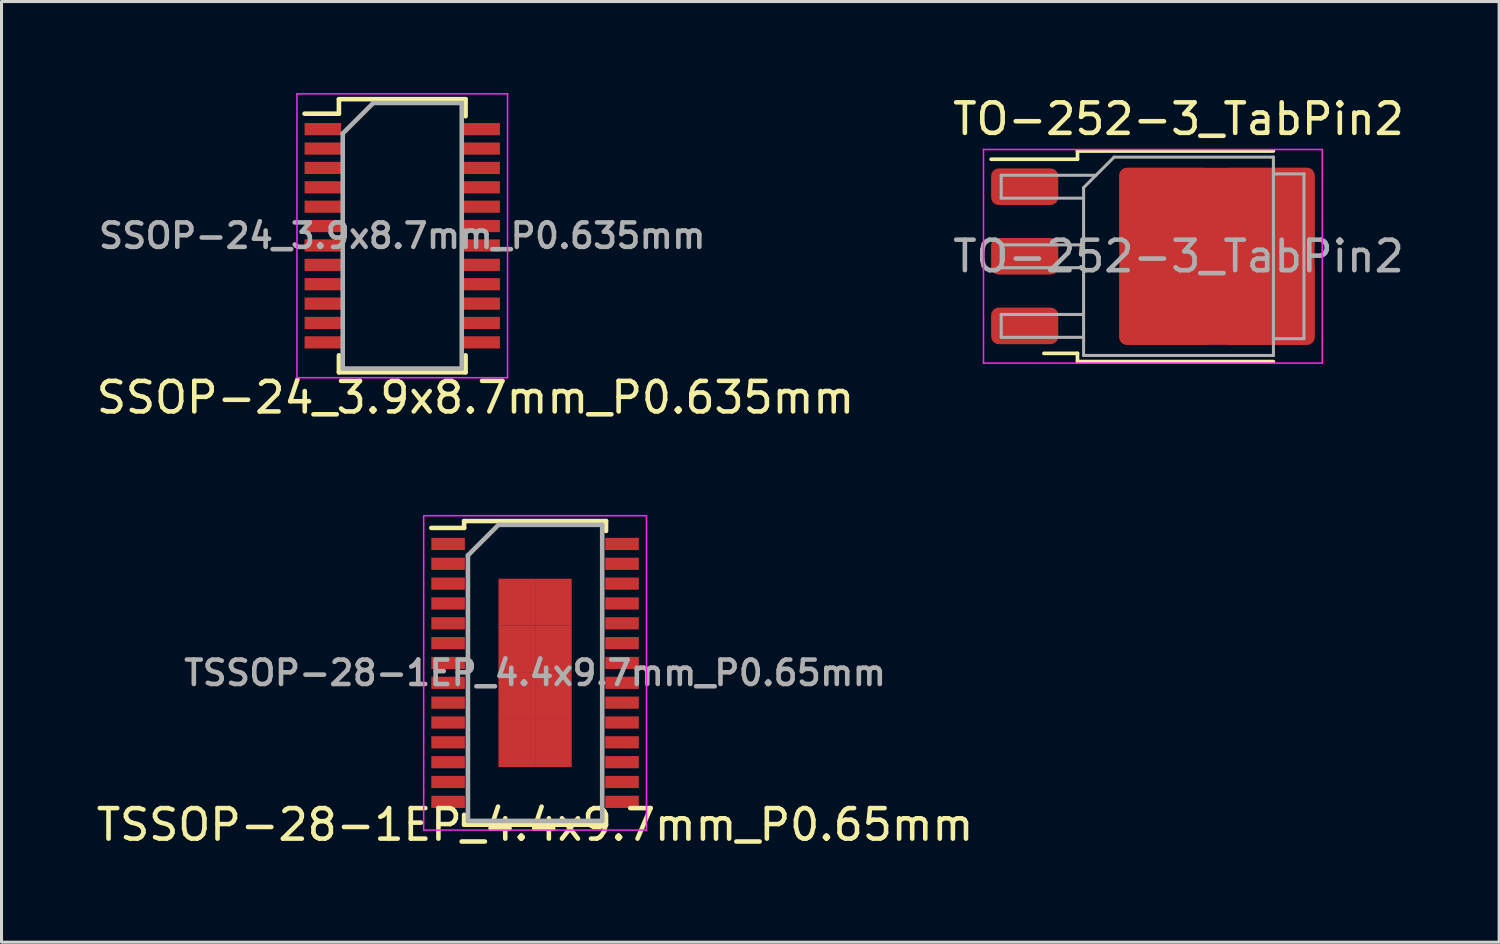
<source format=kicad_pcb>
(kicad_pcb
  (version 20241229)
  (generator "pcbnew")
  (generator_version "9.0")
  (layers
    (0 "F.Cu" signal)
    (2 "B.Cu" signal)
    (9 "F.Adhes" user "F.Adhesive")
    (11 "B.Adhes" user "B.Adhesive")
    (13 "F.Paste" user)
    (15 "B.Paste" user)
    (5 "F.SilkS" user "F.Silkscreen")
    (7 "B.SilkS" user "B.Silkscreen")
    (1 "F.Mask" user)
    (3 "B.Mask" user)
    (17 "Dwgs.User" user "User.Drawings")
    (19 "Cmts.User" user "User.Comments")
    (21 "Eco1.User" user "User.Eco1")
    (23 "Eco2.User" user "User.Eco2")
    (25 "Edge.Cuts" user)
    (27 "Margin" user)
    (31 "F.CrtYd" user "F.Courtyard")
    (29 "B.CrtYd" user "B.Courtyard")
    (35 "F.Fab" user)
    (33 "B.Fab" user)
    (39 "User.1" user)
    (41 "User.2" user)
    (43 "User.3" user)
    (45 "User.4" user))
  (footprint "SSOP-24_3.9x8.7mm_P0.635mm"
    (layer "F.Cu")
    (at 10.13 4.675)
    (property "Reference" "SSOP-24_3.9x8.7mm_P0.635mm" (at 2.4 5.3 180) (layer "F.SilkS") (effects (font (size 1 1) (thickness 0.15))))
    (attr smd)
    (fp_line (start -2.075 -4.475) (end -2.075 -4) (stroke (width 0.15) (type solid)) (layer "F.SilkS"))
    (fp_line (start -2.075 -4.475) (end 2.075 -4.475) (stroke (width 0.15) (type solid)) (layer "F.SilkS"))
    (fp_line (start -2.075 -4) (end -3.2 -4) (stroke (width 0.15) (type solid)) (layer "F.SilkS"))
    (fp_line (start -2.075 4.475) (end -2.075 3.917) (stroke (width 0.15) (type solid)) (layer "F.SilkS"))
    (fp_line (start -2.075 4.475) (end 2.075 4.475) (stroke (width 0.15) (type solid)) (layer "F.SilkS"))
    (fp_line (start 2.075 -4.475) (end 2.075 -3.917) (stroke (width 0.15) (type solid)) (layer "F.SilkS"))
    (fp_line (start 2.075 4.475) (end 2.075 3.917) (stroke (width 0.15) (type solid)) (layer "F.SilkS"))
    (fp_line (start -3.45 -4.65) (end -3.45 4.65) (stroke (width 0.05) (type solid)) (layer "F.CrtYd"))
    (fp_line (start -3.45 -4.65) (end 3.45 -4.65) (stroke (width 0.05) (type solid)) (layer "F.CrtYd"))
    (fp_line (start -3.45 4.65) (end 3.45 4.65) (stroke (width 0.05) (type solid)) (layer "F.CrtYd"))
    (fp_line (start 3.45 -4.65) (end 3.45 4.65) (stroke (width 0.05) (type solid)) (layer "F.CrtYd"))
    (fp_line (start -1.95 -3.35) (end -0.95 -4.35) (stroke (width 0.15) (type solid)) (layer "F.Fab"))
    (fp_line (start -1.95 4.35) (end -1.95 -3.35) (stroke (width 0.15) (type solid)) (layer "F.Fab"))
    (fp_line (start -0.95 -4.35) (end 1.95 -4.35) (stroke (width 0.15) (type solid)) (layer "F.Fab"))
    (fp_line (start 1.95 -4.35) (end 1.95 4.35) (stroke (width 0.15) (type solid)) (layer "F.Fab"))
    (fp_line (start 1.95 4.35) (end -1.95 4.35) (stroke (width 0.15) (type solid)) (layer "F.Fab"))
    (fp_text user "${REFERENCE}" (at 0 0 180) (layer "F.Fab") (effects (font (size 0.8 0.8) (thickness 0.15))))
    (pad "1" smd rect (at -2.6 -3.493) (size 1.2 0.4) (layers "F.Cu" "F.Mask" "F.Paste"))
    (pad "2" smd rect (at -2.6 -2.857) (size 1.2 0.4) (layers "F.Cu" "F.Mask" "F.Paste"))
    (pad "3" smd rect (at -2.6 -2.223) (size 1.2 0.4) (layers "F.Cu" "F.Mask" "F.Paste"))
    (pad "4" smd rect (at -2.6 -1.587) (size 1.2 0.4) (layers "F.Cu" "F.Mask" "F.Paste"))
    (pad "5" smd rect (at -2.6 -0.953) (size 1.2 0.4) (layers "F.Cu" "F.Mask" "F.Paste"))
    (pad "6" smd rect (at -2.6 -0.318) (size 1.2 0.4) (layers "F.Cu" "F.Mask" "F.Paste"))
    (pad "7" smd rect (at -2.6 0.318) (size 1.2 0.4) (layers "F.Cu" "F.Mask" "F.Paste"))
    (pad "8" smd rect (at -2.6 0.953) (size 1.2 0.4) (layers "F.Cu" "F.Mask" "F.Paste"))
    (pad "9" smd rect (at -2.6 1.587) (size 1.2 0.4) (layers "F.Cu" "F.Mask" "F.Paste"))
    (pad "10" smd rect (at -2.6 2.223) (size 1.2 0.4) (layers "F.Cu" "F.Mask" "F.Paste"))
    (pad "11" smd rect (at -2.6 2.857) (size 1.2 0.4) (layers "F.Cu" "F.Mask" "F.Paste"))
    (pad "12" smd rect (at -2.6 3.493) (size 1.2 0.4) (layers "F.Cu" "F.Mask" "F.Paste"))
    (pad "13" smd rect (at 2.6 3.493) (size 1.2 0.4) (layers "F.Cu" "F.Mask" "F.Paste"))
    (pad "14" smd rect (at 2.6 2.857) (size 1.2 0.4) (layers "F.Cu" "F.Mask" "F.Paste"))
    (pad "15" smd rect (at 2.6 2.223) (size 1.2 0.4) (layers "F.Cu" "F.Mask" "F.Paste"))
    (pad "16" smd rect (at 2.6 1.587) (size 1.2 0.4) (layers "F.Cu" "F.Mask" "F.Paste"))
    (pad "17" smd rect (at 2.6 0.953) (size 1.2 0.4) (layers "F.Cu" "F.Mask" "F.Paste"))
    (pad "18" smd rect (at 2.6 0.318) (size 1.2 0.4) (layers "F.Cu" "F.Mask" "F.Paste"))
    (pad "19" smd rect (at 2.6 -0.318) (size 1.2 0.4) (layers "F.Cu" "F.Mask" "F.Paste"))
    (pad "20" smd rect (at 2.6 -0.953) (size 1.2 0.4) (layers "F.Cu" "F.Mask" "F.Paste"))
    (pad "21" smd rect (at 2.6 -1.587) (size 1.2 0.4) (layers "F.Cu" "F.Mask" "F.Paste"))
    (pad "22" smd rect (at 2.6 -2.223) (size 1.2 0.4) (layers "F.Cu" "F.Mask" "F.Paste"))
    (pad "23" smd rect (at 2.6 -2.857) (size 1.2 0.4) (layers "F.Cu" "F.Mask" "F.Paste"))
    (pad "24" smd rect (at 2.6 -3.493) (size 1.2 0.4) (layers "F.Cu" "F.Mask" "F.Paste")))
  (footprint "TO-252-3_TabPin2"
    (layer "F.Cu")
    (at 35.565 5.348)
    (property "Reference" "TO-252-3_TabPin2" (at 0 -4.5 0) (layer "F.SilkS") (effects (font (size 1 1) (thickness 0.15))))
    (attr smd)
    (fp_line (start -3.31 -3.45) (end -3.31 -3.18) (stroke (width 0.12) (type solid)) (layer "F.SilkS"))
    (fp_line (start -3.31 -3.18) (end -6.14 -3.18) (stroke (width 0.12) (type solid)) (layer "F.SilkS"))
    (fp_line (start -3.31 3.18) (end -4.41 3.18) (stroke (width 0.12) (type solid)) (layer "F.SilkS"))
    (fp_line (start -3.31 3.45) (end -3.31 3.18) (stroke (width 0.12) (type solid)) (layer "F.SilkS"))
    (fp_line (start 3.11 -3.45) (end -3.31 -3.45) (stroke (width 0.12) (type solid)) (layer "F.SilkS"))
    (fp_line (start 3.11 3.45) (end -3.31 3.45) (stroke (width 0.12) (type solid)) (layer "F.SilkS"))
    (fp_line (start -6.39 -3.5) (end -6.39 3.5) (stroke (width 0.05) (type solid)) (layer "F.CrtYd"))
    (fp_line (start -6.39 3.5) (end 4.71 3.5) (stroke (width 0.05) (type solid)) (layer "F.CrtYd"))
    (fp_line (start 4.71 -3.5) (end -6.39 -3.5) (stroke (width 0.05) (type solid)) (layer "F.CrtYd"))
    (fp_line (start 4.71 3.5) (end 4.71 -3.5) (stroke (width 0.05) (type solid)) (layer "F.CrtYd"))
    (fp_line (start -5.81 -2.655) (end -5.81 -1.905) (stroke (width 0.1) (type solid)) (layer "F.Fab"))
    (fp_line (start -5.81 -1.905) (end -3.11 -1.905) (stroke (width 0.1) (type solid)) (layer "F.Fab"))
    (fp_line (start -5.81 -0.375) (end -5.81 0.375) (stroke (width 0.1) (type solid)) (layer "F.Fab"))
    (fp_line (start -5.81 0.375) (end -3.11 0.375) (stroke (width 0.1) (type solid)) (layer "F.Fab"))
    (fp_line (start -5.81 1.905) (end -5.81 2.655) (stroke (width 0.1) (type solid)) (layer "F.Fab"))
    (fp_line (start -5.81 2.655) (end -3.11 2.655) (stroke (width 0.1) (type solid)) (layer "F.Fab"))
    (fp_line (start -3.11 -2.25) (end -2.11 -3.25) (stroke (width 0.1) (type solid)) (layer "F.Fab"))
    (fp_line (start -3.11 -0.375) (end -5.81 -0.375) (stroke (width 0.1) (type solid)) (layer "F.Fab"))
    (fp_line (start -3.11 1.905) (end -5.81 1.905) (stroke (width 0.1) (type solid)) (layer "F.Fab"))
    (fp_line (start -3.11 3.25) (end -3.11 -2.25) (stroke (width 0.1) (type solid)) (layer "F.Fab"))
    (fp_line (start -2.705 -2.655) (end -5.81 -2.655) (stroke (width 0.1) (type solid)) (layer "F.Fab"))
    (fp_line (start -2.11 -3.25) (end 3.11 -3.25) (stroke (width 0.1) (type solid)) (layer "F.Fab"))
    (fp_line (start 3.11 -3.25) (end 3.11 3.25) (stroke (width 0.1) (type solid)) (layer "F.Fab"))
    (fp_line (start 3.11 -2.7) (end 4.11 -2.7) (stroke (width 0.1) (type solid)) (layer "F.Fab"))
    (fp_line (start 3.11 3.25) (end -3.11 3.25) (stroke (width 0.1) (type solid)) (layer "F.Fab"))
    (fp_line (start 4.11 -2.7) (end 4.11 2.7) (stroke (width 0.1) (type solid)) (layer "F.Fab"))
    (fp_line (start 4.11 2.7) (end 3.11 2.7) (stroke (width 0.1) (type solid)) (layer "F.Fab"))
    (fp_text user "${REFERENCE}" (at 0 0 0) (layer "F.Fab") (effects (font (size 1 1) (thickness 0.15))))
    (pad "1" smd roundrect (at -5.04 -2.28) (size 2.2 1.2) (layers "F.Cu" "F.Mask" "F.Paste") (roundrect_rratio 0.208))
    (pad "2" smd roundrect (at -5.04 0) (size 2.2 1.2) (layers "F.Cu" "F.Mask" "F.Paste") (roundrect_rratio 0.208))
    (pad "2" smd roundrect (at -0.415 -1.525) (size 3.05 2.75) (layers "F.Cu" "F.Paste") (roundrect_rratio 0.091))
    (pad "2" smd roundrect (at -0.415 1.525) (size 3.05 2.75) (layers "F.Cu" "F.Paste") (roundrect_rratio 0.091))
    (pad "2" smd roundrect (at 1.26 0) (size 6.4 5.8) (layers "F.Cu" "F.Mask") (roundrect_rratio 0.043))
    (pad "2" smd roundrect (at 2.935 -1.525) (size 3.05 2.75) (layers "F.Cu" "F.Paste") (roundrect_rratio 0.091))
    (pad "2" smd roundrect (at 2.935 1.525) (size 3.05 2.75) (layers "F.Cu" "F.Paste") (roundrect_rratio 0.091))
    (pad "3" smd roundrect (at -5.04 2.28) (size 2.2 1.2) (layers "F.Cu" "F.Mask" "F.Paste") (roundrect_rratio 0.208)))
  (footprint "TSSOP-28-1EP_4.4x9.7mm_P0.65mm"
    (layer "F.Cu")
    (at 14.482 18.998)
    (property "Reference" "TSSOP-28-1EP_4.4x9.7mm_P0.65mm" (at 0 4.975 0) (layer "F.SilkS") (effects (font (size 1 1) (thickness 0.15))))
    (attr smd)
    (fp_line (start -2.325 -4.975) (end -2.325 -4.75) (stroke (width 0.15) (type solid)) (layer "F.SilkS"))
    (fp_line (start -2.325 -4.975) (end 2.325 -4.975) (stroke (width 0.15) (type solid)) (layer "F.SilkS"))
    (fp_line (start -2.325 -4.75) (end -3.4 -4.75) (stroke (width 0.15) (type solid)) (layer "F.SilkS"))
    (fp_line (start -2.325 4.975) (end -2.325 4.65) (stroke (width 0.15) (type solid)) (layer "F.SilkS"))
    (fp_line (start -2.325 4.975) (end 2.325 4.975) (stroke (width 0.15) (type solid)) (layer "F.SilkS"))
    (fp_line (start 2.325 -4.975) (end 2.325 -4.65) (stroke (width 0.15) (type solid)) (layer "F.SilkS"))
    (fp_line (start 2.325 4.975) (end 2.325 4.65) (stroke (width 0.15) (type solid)) (layer "F.SilkS"))
    (fp_line (start -3.65 -5.15) (end -3.65 5.15) (stroke (width 0.05) (type solid)) (layer "F.CrtYd"))
    (fp_line (start -3.65 -5.15) (end 3.65 -5.15) (stroke (width 0.05) (type solid)) (layer "F.CrtYd"))
    (fp_line (start -3.65 5.15) (end 3.65 5.15) (stroke (width 0.05) (type solid)) (layer "F.CrtYd"))
    (fp_line (start 3.65 -5.15) (end 3.65 5.15) (stroke (width 0.05) (type solid)) (layer "F.CrtYd"))
    (fp_line (start -2.2 -3.85) (end -1.2 -4.85) (stroke (width 0.15) (type solid)) (layer "F.Fab"))
    (fp_line (start -2.2 4.85) (end -2.2 -3.85) (stroke (width 0.15) (type solid)) (layer "F.Fab"))
    (fp_line (start -1.2 -4.85) (end 2.2 -4.85) (stroke (width 0.15) (type solid)) (layer "F.Fab"))
    (fp_line (start 2.2 -4.85) (end 2.2 4.85) (stroke (width 0.15) (type solid)) (layer "F.Fab"))
    (fp_line (start 2.2 4.85) (end -2.2 4.85) (stroke (width 0.15) (type solid)) (layer "F.Fab"))
    (fp_text user "${REFERENCE}" (at 0 0 0) (layer "F.Fab") (effects (font (size 0.8 0.8) (thickness 0.15))))
    (pad "1" smd rect (at -2.85 -4.225) (size 1.1 0.4) (layers "F.Cu" "F.Mask" "F.Paste"))
    (pad "2" smd rect (at -2.85 -3.575) (size 1.1 0.4) (layers "F.Cu" "F.Mask" "F.Paste"))
    (pad "3" smd rect (at -2.85 -2.925) (size 1.1 0.4) (layers "F.Cu" "F.Mask" "F.Paste"))
    (pad "4" smd rect (at -2.85 -2.275) (size 1.1 0.4) (layers "F.Cu" "F.Mask" "F.Paste"))
    (pad "5" smd rect (at -2.85 -1.625) (size 1.1 0.4) (layers "F.Cu" "F.Mask" "F.Paste"))
    (pad "6" smd rect (at -2.85 -0.975) (size 1.1 0.4) (layers "F.Cu" "F.Mask" "F.Paste"))
    (pad "7" smd rect (at -2.85 -0.325) (size 1.1 0.4) (layers "F.Cu" "F.Mask" "F.Paste"))
    (pad "8" smd rect (at -2.85 0.325) (size 1.1 0.4) (layers "F.Cu" "F.Mask" "F.Paste"))
    (pad "9" smd rect (at -2.85 0.975) (size 1.1 0.4) (layers "F.Cu" "F.Mask" "F.Paste"))
    (pad "10" smd rect (at -2.85 1.625) (size 1.1 0.4) (layers "F.Cu" "F.Mask" "F.Paste"))
    (pad "11" smd rect (at -2.85 2.275) (size 1.1 0.4) (layers "F.Cu" "F.Mask" "F.Paste"))
    (pad "12" smd rect (at -2.85 2.925) (size 1.1 0.4) (layers "F.Cu" "F.Mask" "F.Paste"))
    (pad "13" smd rect (at -2.85 3.575) (size 1.1 0.4) (layers "F.Cu" "F.Mask" "F.Paste"))
    (pad "14" smd rect (at -2.85 4.225) (size 1.1 0.4) (layers "F.Cu" "F.Mask" "F.Paste"))
    (pad "15" smd rect (at 2.85 4.225) (size 1.1 0.4) (layers "F.Cu" "F.Mask" "F.Paste"))
    (pad "16" smd rect (at 2.85 3.575) (size 1.1 0.4) (layers "F.Cu" "F.Mask" "F.Paste"))
    (pad "17" smd rect (at 2.85 2.925) (size 1.1 0.4) (layers "F.Cu" "F.Mask" "F.Paste"))
    (pad "18" smd rect (at 2.85 2.275) (size 1.1 0.4) (layers "F.Cu" "F.Mask" "F.Paste"))
    (pad "19" smd rect (at 2.85 1.625) (size 1.1 0.4) (layers "F.Cu" "F.Mask" "F.Paste"))
    (pad "20" smd rect (at 2.85 0.975) (size 1.1 0.4) (layers "F.Cu" "F.Mask" "F.Paste"))
    (pad "21" smd rect (at 2.85 0.325) (size 1.1 0.4) (layers "F.Cu" "F.Mask" "F.Paste"))
    (pad "22" smd rect (at 2.85 -0.325) (size 1.1 0.4) (layers "F.Cu" "F.Mask" "F.Paste"))
    (pad "23" smd rect (at 2.85 -0.975) (size 1.1 0.4) (layers "F.Cu" "F.Mask" "F.Paste"))
    (pad "24" smd rect (at 2.85 -1.625) (size 1.1 0.4) (layers "F.Cu" "F.Mask" "F.Paste"))
    (pad "25" smd rect (at 2.85 -2.275) (size 1.1 0.4) (layers "F.Cu" "F.Mask" "F.Paste"))
    (pad "26" smd rect (at 2.85 -2.925) (size 1.1 0.4) (layers "F.Cu" "F.Mask" "F.Paste"))
    (pad "27" smd rect (at 2.85 -3.575) (size 1.1 0.4) (layers "F.Cu" "F.Mask" "F.Paste"))
    (pad "28" smd rect (at 2.85 -4.225) (size 1.1 0.4) (layers "F.Cu" "F.Mask" "F.Paste"))
    (pad "29" smd rect (at -0.6 -2.314) (size 1.2 1.542) (layers "F.Cu" "F.Mask" "F.Paste"))
    (pad "29" smd rect (at -0.6 -0.771) (size 1.2 1.542) (layers "F.Cu" "F.Mask" "F.Paste"))
    (pad "29" smd rect (at -0.6 0.771) (size 1.2 1.542) (layers "F.Cu" "F.Mask" "F.Paste"))
    (pad "29" smd rect (at -0.6 2.314) (size 1.2 1.542) (layers "F.Cu" "F.Mask" "F.Paste"))
    (pad "29" smd rect (at 0.6 -2.314) (size 1.2 1.542) (layers "F.Cu" "F.Mask" "F.Paste"))
    (pad "29" smd rect (at 0.6 -0.771) (size 1.2 1.542) (layers "F.Cu" "F.Mask" "F.Paste"))
    (pad "29" smd rect (at 0.6 0.771) (size 1.2 1.542) (layers "F.Cu" "F.Mask" "F.Paste"))
    (pad "29" smd rect (at 0.6 2.314) (size 1.2 1.542) (layers "F.Cu" "F.Mask" "F.Paste")))
  (gr_rect
    (start -3 -3)
    (end 46.071 27.822)
    (stroke (width 0.1) (type default))
    (fill no)
    (layer "Edge.Cuts")))
</source>
